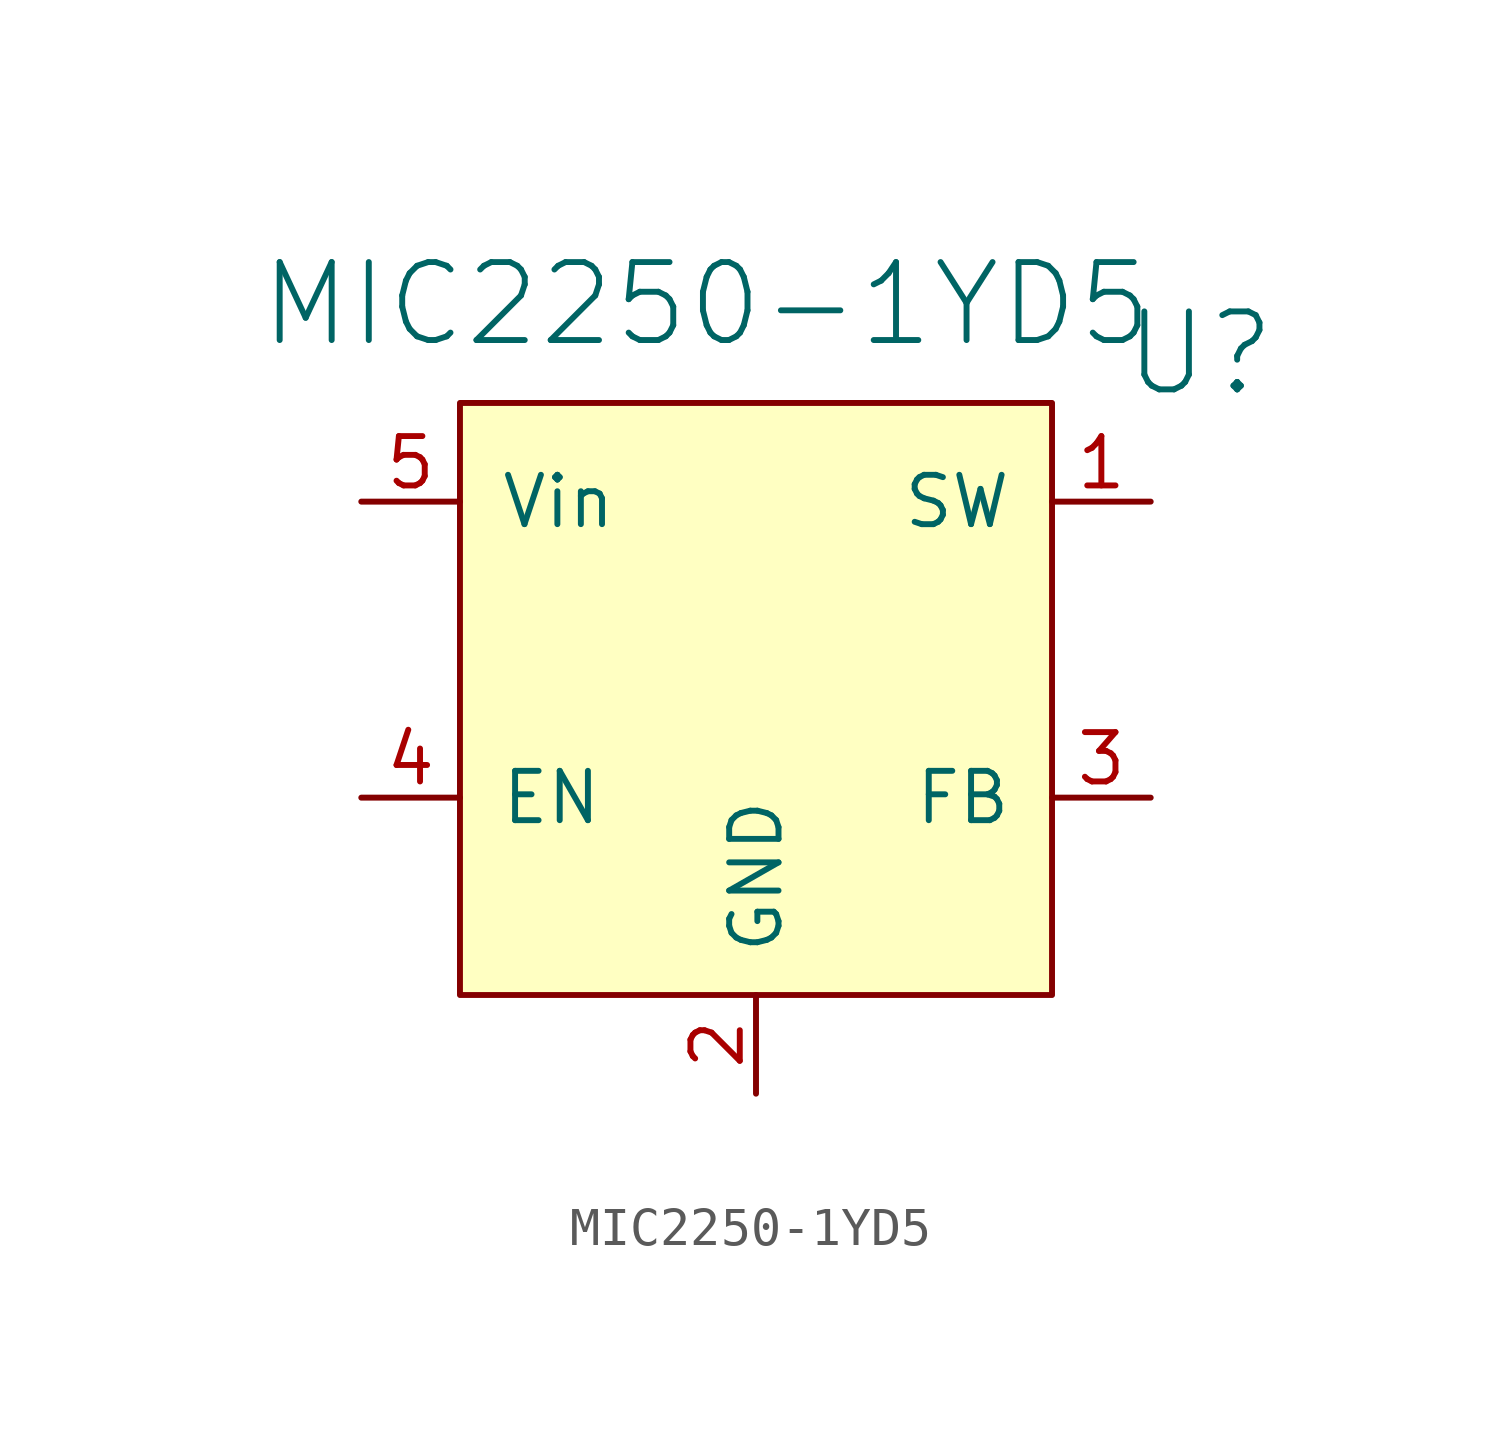
<source format=kicad_sym>
(kicad_symbol_lib
  (version 20220914)
  (generator kicad_symbol_editor)
  (symbol "MIC2250-1YD5"
    (pin_names
      (offset 1.016))
    (property "Reference" "U"
      (at 12.7 7.62 0)
      (effects (font (size 2.007 2.007))))
    (property "Value" "MIC2250-1YD5"
      (at 0 8.89 0)
      (effects (font (size 2.007 2.007))))
    (symbol "MIC2250-1YD5_0_1"
      (rectangle (start -6.35 6.35) (end 8.89 -8.89) (stroke (width 0) (type default)) (fill (type background))))
    (symbol "MIC2250-1YD5_1_1"
      (pin power_out line (at 11.43 3.81 180) (length 2.54) (name "SW" (effects (font (size 1.27 1.27)))) (number "1" (effects (font (size 1.27 1.27)))))
      (pin power_in line (at 1.27 -11.43 90) (length 2.54) (name "GND" (effects (font (size 1.27 1.27)))) (number "2" (effects (font (size 1.27 1.27)))))
      (pin input line (at 11.43 -3.81 180) (length 2.54) (name "FB" (effects (font (size 1.27 1.27)))) (number "3" (effects (font (size 1.27 1.27)))))
      (pin input line (at -8.89 -3.81 0) (length 2.54) (name "EN" (effects (font (size 1.27 1.27)))) (number "4" (effects (font (size 1.27 1.27)))))
      (pin power_in line (at -8.89 3.81 0) (length 2.54) (name "Vin" (effects (font (size 1.27 1.27)))) (number "5" (effects (font (size 1.27 1.27))))))))
</source>
